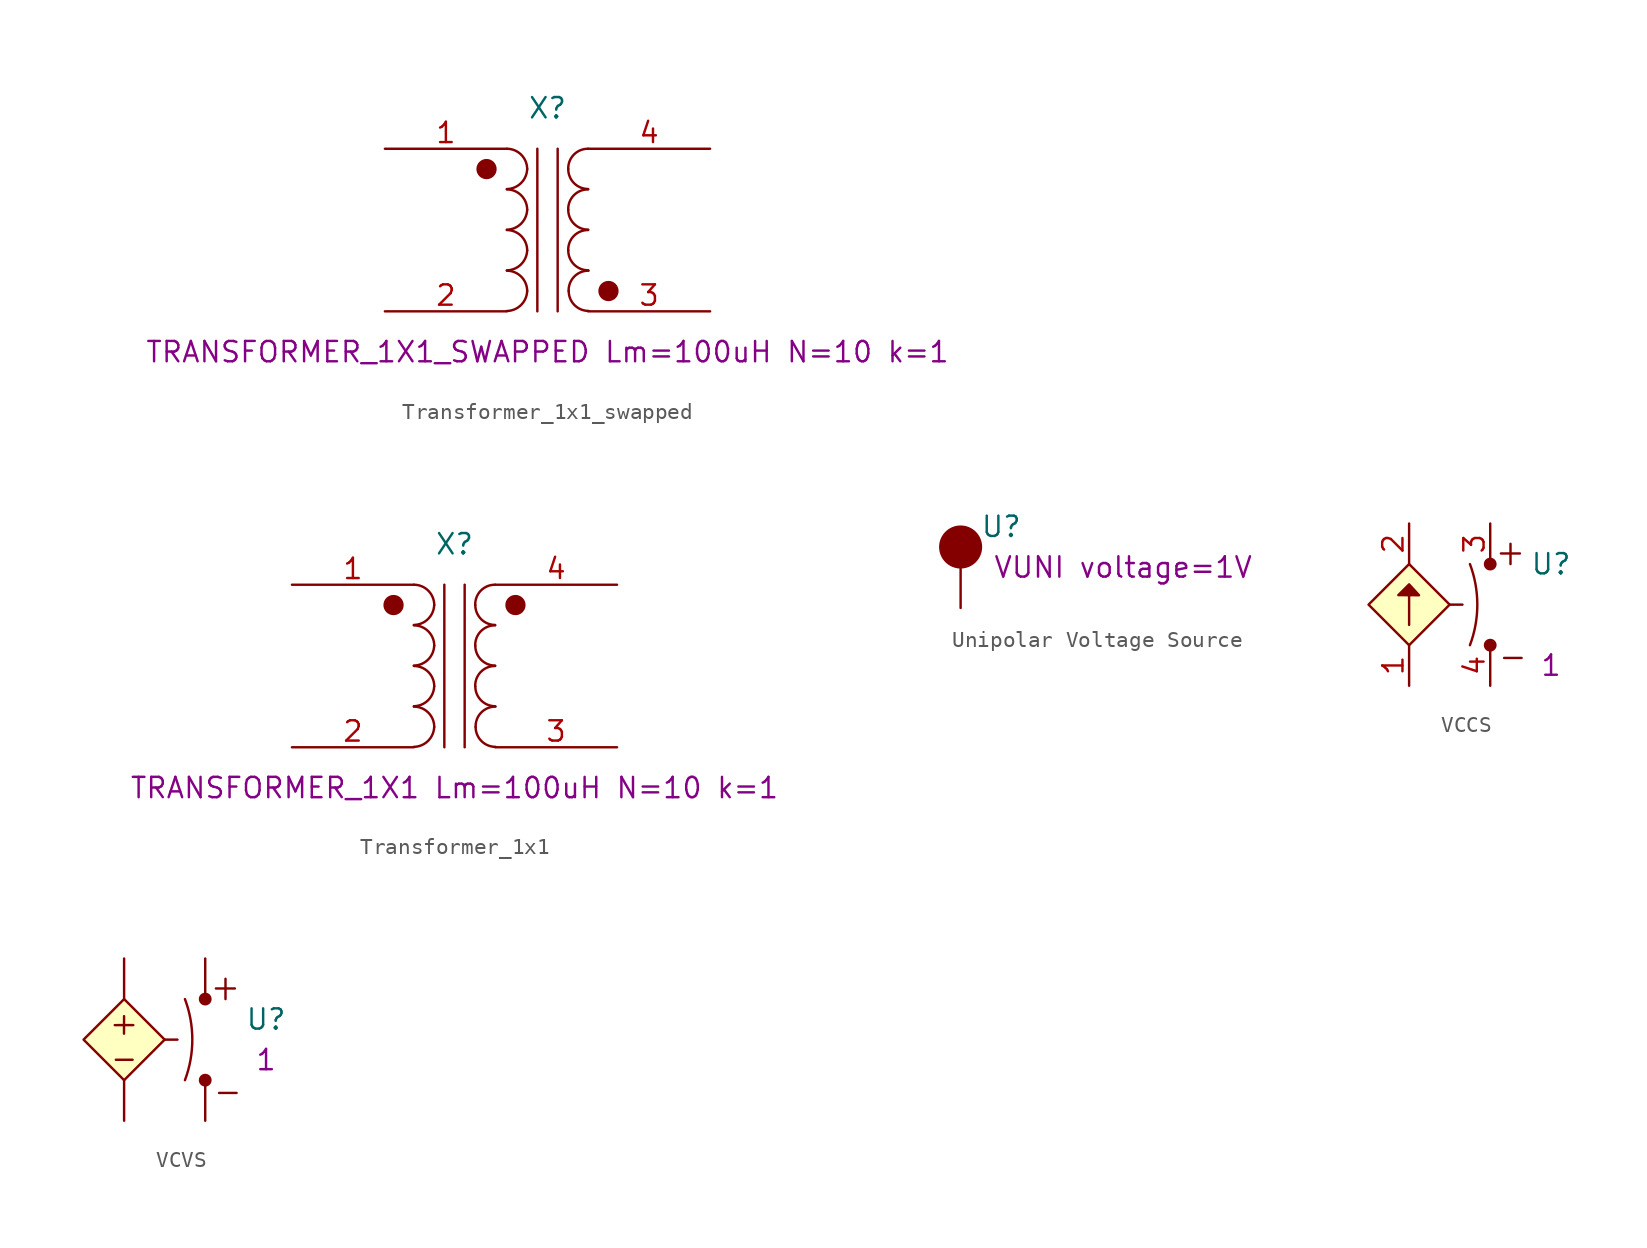
<source format=kicad_sym>
(kicad_symbol_lib
  (version 20211014)
  (generator kicad_symbol_editor)
  (symbol "Transformer_1x1_swapped"
    (property "Reference" "X"
      (at 0 6.35 0)
      (effects (font (size 1.27 1.27))))
    (property "Spice_Model" "TRANSFORMER_1X1_SWAPPED Lm=100uH N=10 k=1"
      (at 0 -8.89 0)
      (effects (font (size 1.27 1.27))))
    (symbol "Transformer_1x1_swapped_0_1"
      (circle (center -3.81 2.54) (radius 0.557) (stroke (width 0) (type default) (color 0 0 0 0)) (fill (type outline)))
      (arc (start -2.54 -6.3246) (mid -1.6561 -5.9563) (end -1.27 -5.08) (stroke (width 0) (type default) (color 0 0 0 0)) (fill (type none)))
      (arc (start -2.54 -3.7846) (mid -1.6561 -3.4163) (end -1.27 -2.54) (stroke (width 0) (type default) (color 0 0 0 0)) (fill (type none)))
      (arc (start -2.54 -1.2446) (mid -1.6561 -0.8763) (end -1.27 0) (stroke (width 0) (type default) (color 0 0 0 0)) (fill (type none)))
      (arc (start -2.54 1.2954) (mid -1.6561 1.6637) (end -1.27 2.54) (stroke (width 0) (type default) (color 0 0 0 0)) (fill (type none)))
      (arc (start -1.27 -5.08) (mid -1.642 -4.182) (end -2.54 -3.81) (stroke (width 0) (type default) (color 0 0 0 0)) (fill (type none)))
      (arc (start -1.27 -2.54) (mid -1.642 -1.642) (end -2.54 -1.27) (stroke (width 0) (type default) (color 0 0 0 0)) (fill (type none)))
      (arc (start -1.27 0) (mid -1.642 0.898) (end -2.54 1.27) (stroke (width 0) (type default) (color 0 0 0 0)) (fill (type none)))
      (arc (start -1.27 2.54) (mid -1.642 3.438) (end -2.54 3.81) (stroke (width 0) (type default) (color 0 0 0 0)) (fill (type none)))
      (polyline (pts (xy -0.635 3.81) (xy -0.635 -6.35)) (stroke (width 0) (type default) (color 0 0 0 0)) (fill (type none)))
      (polyline (pts (xy 0.635 -6.35) (xy 0.635 3.81)) (stroke (width 0) (type default) (color 0 0 0 0)) (fill (type none)))
      (arc (start 1.2954 -2.54) (mid 1.6599 -3.4201) (end 2.54 -3.7846) (stroke (width 0) (type default) (color 0 0 0 0)) (fill (type none)))
      (arc (start 1.2954 0) (mid 1.6599 -0.8801) (end 2.54 -1.2446) (stroke (width 0) (type default) (color 0 0 0 0)) (fill (type none)))
      (arc (start 1.2954 2.54) (mid 1.6599 1.6599) (end 2.54 1.2954) (stroke (width 0) (type default) (color 0 0 0 0)) (fill (type none)))
      (arc (start 1.3208 -5.08) (mid 1.6853 -5.9601) (end 2.5654 -6.3246) (stroke (width 0) (type default) (color 0 0 0 0)) (fill (type none)))
      (arc (start 2.54 -1.27) (mid 1.6456 -1.6383) (end 1.2954 -2.54) (stroke (width 0) (type default) (color 0 0 0 0)) (fill (type none)))
      (arc (start 2.54 1.27) (mid 1.6456 0.9017) (end 1.2954 0) (stroke (width 0) (type default) (color 0 0 0 0)) (fill (type none)))
      (arc (start 2.54 3.81) (mid 1.6456 3.4417) (end 1.2954 2.54) (stroke (width 0) (type default) (color 0 0 0 0)) (fill (type none)))
      (arc (start 2.5654 -3.81) (mid 1.671 -4.1783) (end 1.3208 -5.08) (stroke (width 0) (type default) (color 0 0 0 0)) (fill (type none)))
      (circle (center 3.81 -5.08) (radius 0.557) (stroke (width 0) (type default) (color 0 0 0 0)) (fill (type outline))))
    (symbol "Transformer_1x1_swapped_1_1"
      (pin passive line (at -10.16 3.81 0) (length 7.62) (name "" (effects (font (size 1.27 1.27)))) (number "1" (effects (font (size 1.27 1.27)))))
      (pin passive line (at -10.16 -6.35 0) (length 7.62) (name "" (effects (font (size 1.27 1.27)))) (number "2" (effects (font (size 1.27 1.27)))))
      (pin passive line (at 10.16 -6.35 180) (length 7.62) (name "" (effects (font (size 1.27 1.27)))) (number "3" (effects (font (size 1.27 1.27)))))
      (pin passive line (at 10.16 3.81 180) (length 7.62) (name "" (effects (font (size 1.27 1.27)))) (number "4" (effects (font (size 1.27 1.27)))))))
  (symbol "Transformer_1x1"
    (property "Reference" "X"
      (at 0 6.35 0)
      (effects (font (size 1.27 1.27))))
    (property "Spice_Model" "TRANSFORMER_1X1 Lm=100uH N=10 k=1"
      (at 0 -8.89 0)
      (effects (font (size 1.27 1.27))))
    (symbol "Transformer_1x1_0_1"
      (circle (center -3.81 2.54) (radius 0.557) (stroke (width 0) (type default) (color 0 0 0 0)) (fill (type outline)))
      (arc (start -2.54 -6.3246) (mid -1.6561 -5.9563) (end -1.27 -5.08) (stroke (width 0) (type default) (color 0 0 0 0)) (fill (type none)))
      (arc (start -2.54 -3.7846) (mid -1.6561 -3.4163) (end -1.27 -2.54) (stroke (width 0) (type default) (color 0 0 0 0)) (fill (type none)))
      (arc (start -2.54 -1.2446) (mid -1.6561 -0.8763) (end -1.27 0) (stroke (width 0) (type default) (color 0 0 0 0)) (fill (type none)))
      (arc (start -2.54 1.2954) (mid -1.6561 1.6637) (end -1.27 2.54) (stroke (width 0) (type default) (color 0 0 0 0)) (fill (type none)))
      (arc (start -1.27 -5.08) (mid -1.642 -4.182) (end -2.54 -3.81) (stroke (width 0) (type default) (color 0 0 0 0)) (fill (type none)))
      (arc (start -1.27 -2.54) (mid -1.642 -1.642) (end -2.54 -1.27) (stroke (width 0) (type default) (color 0 0 0 0)) (fill (type none)))
      (arc (start -1.27 0) (mid -1.642 0.898) (end -2.54 1.27) (stroke (width 0) (type default) (color 0 0 0 0)) (fill (type none)))
      (arc (start -1.27 2.54) (mid -1.642 3.438) (end -2.54 3.81) (stroke (width 0) (type default) (color 0 0 0 0)) (fill (type none)))
      (polyline (pts (xy -0.635 3.81) (xy -0.635 -6.35)) (stroke (width 0) (type default) (color 0 0 0 0)) (fill (type none)))
      (polyline (pts (xy 0.635 -6.35) (xy 0.635 3.81)) (stroke (width 0) (type default) (color 0 0 0 0)) (fill (type none)))
      (arc (start 1.2954 -2.54) (mid 1.6599 -3.4201) (end 2.54 -3.7846) (stroke (width 0) (type default) (color 0 0 0 0)) (fill (type none)))
      (arc (start 1.2954 0) (mid 1.6599 -0.8801) (end 2.54 -1.2446) (stroke (width 0) (type default) (color 0 0 0 0)) (fill (type none)))
      (arc (start 1.2954 2.54) (mid 1.6599 1.6599) (end 2.54 1.2954) (stroke (width 0) (type default) (color 0 0 0 0)) (fill (type none)))
      (arc (start 1.3208 -5.08) (mid 1.6853 -5.9601) (end 2.5654 -6.3246) (stroke (width 0) (type default) (color 0 0 0 0)) (fill (type none)))
      (arc (start 2.54 -1.27) (mid 1.6456 -1.6383) (end 1.2954 -2.54) (stroke (width 0) (type default) (color 0 0 0 0)) (fill (type none)))
      (arc (start 2.54 1.27) (mid 1.6456 0.9017) (end 1.2954 0) (stroke (width 0) (type default) (color 0 0 0 0)) (fill (type none)))
      (arc (start 2.54 3.81) (mid 1.6456 3.4417) (end 1.2954 2.54) (stroke (width 0) (type default) (color 0 0 0 0)) (fill (type none)))
      (arc (start 2.5654 -3.81) (mid 1.671 -4.1783) (end 1.3208 -5.08) (stroke (width 0) (type default) (color 0 0 0 0)) (fill (type none)))
      (circle (center 3.81 2.54) (radius 0.557) (stroke (width 0) (type default) (color 0 0 0 0)) (fill (type outline))))
    (symbol "Transformer_1x1_1_1"
      (pin passive line (at -10.16 3.81 0) (length 7.62) (name "" (effects (font (size 1.27 1.27)))) (number "1" (effects (font (size 1.27 1.27)))))
      (pin passive line (at -10.16 -6.35 0) (length 7.62) (name "" (effects (font (size 1.27 1.27)))) (number "2" (effects (font (size 1.27 1.27)))))
      (pin passive line (at 10.16 -6.35 180) (length 7.62) (name "" (effects (font (size 1.27 1.27)))) (number "3" (effects (font (size 1.27 1.27)))))
      (pin passive line (at 10.16 3.81 180) (length 7.62) (name "" (effects (font (size 1.27 1.27)))) (number "4" (effects (font (size 1.27 1.27)))))))
  (symbol "Unipolar Voltage Source"
    (power)
    (pin_numbers hide)
    (property "Reference" "U"
      (at 2.54 5.08 0)
      (effects (font (size 1.27 1.27))))
    (property "Spice_Model" "VUNI voltage=1V"
      (at 10.16 2.54 0)
      (effects (font (size 1.27 1.27))))
    (symbol "Unipolar Voltage Source_0_1"
      (circle (center 0 3.81) (radius 1.27) (stroke (width 0) (type default) (color 0 0 0 0)) (fill (type outline))))
    (symbol "Unipolar Voltage Source_1_1"
      (pin power_out line (at 0 0 90) (length 2.54) (name "" (effects (font (size 1.27 1.27)))) (number "1" (effects (font (size 1.27 1.27)))))))
  (symbol "VCCS"
    (property "Reference" "U"
      (at 8.89 2.54 0)
      (effects (font (size 1.27 1.27))))
    (property "Spice_Model" "1"
      (at 8.89 -3.81 0)
      (effects (font (size 1.27 1.27))))
    (symbol "VCCS_0_1"
      (polyline (pts (xy 2.54 0) (xy 3.341 0)) (stroke (width 0) (type default) (color 0 0 0 0)) (fill (type none)))
      (polyline (pts (xy 6.35 2.54) (xy 6.35 3.81)) (stroke (width 0) (type default) (color 0 0 0 0)) (fill (type none)))
      (polyline (pts (xy 6.938 3.205) (xy 5.751 3.205)) (stroke (width 0) (type default) (color 0 0 0 0)) (fill (type none)))
      (polyline (pts (xy 7.044 -3.339) (xy 5.949 -3.339)) (stroke (width 0) (type default) (color 0 0 0 0)) (fill (type none)))
      (polyline (pts (xy -2.54 0) (xy 0 2.54) (xy 2.54 0) (xy 0 -2.54) (xy -2.54 0)) (stroke (width 0) (type default) (color 0 0 0 0)) (fill (type background)))
      (polyline (pts (xy 0 -1.27) (xy 0 1.27) (xy -0.676 0.596) (xy 0.62 0.588) (xy 0 1.27)) (stroke (width 0) (type default) (color 0 0 0 0)) (fill (type outline)))
      (arc (start 3.81 -2.54) (mid 17.7756 0) (end 3.81 2.54) (stroke (width 0) (type default) (color 0 0 0 0)) (fill (type none)))
      (circle (center 5.08 -2.54) (radius 0.325) (stroke (width 0) (type default) (color 0 0 0 0)) (fill (type outline)))
      (circle (center 5.08 2.54) (radius 0.325) (stroke (width 0) (type default) (color 0 0 0 0)) (fill (type outline))))
    (symbol "VCCS_1_1"
      (pin passive line (at 0 -5.08 90) (length 2.54) (name "" (effects (font (size 1.27 1.27)))) (number "1" (effects (font (size 1.27 1.27)))))
      (pin passive line (at 0 5.08 270) (length 2.54) (name "" (effects (font (size 1.27 1.27)))) (number "2" (effects (font (size 1.27 1.27)))))
      (pin passive line (at 5.08 5.08 270) (length 2.54) (name "" (effects (font (size 0.8 0.8)))) (number "3" (effects (font (size 1.27 1.27)))))
      (pin passive line (at 5.08 -5.08 90) (length 2.54) (name "" (effects (font (size 0.8 0.8)))) (number "4" (effects (font (size 1.27 1.27)))))))
  (symbol "VCVS"
    (pin_numbers hide)
    (property "Reference" "U"
      (at 8.89 1.27 0)
      (effects (font (size 1.27 1.27))))
    (property "Spice_Model" "1"
      (at 8.89 -1.27 0)
      (effects (font (size 1.27 1.27))))
    (symbol "VCVS_0_1"
      (polyline (pts (xy -0.007 0.374) (xy -0.003 1.471)) (stroke (width 0) (type default) (color 0 0 0 0)) (fill (type none)))
      (polyline (pts (xy 0.531 -1.261) (xy -0.517 -1.261)) (stroke (width 0) (type default) (color 0 0 0 0)) (fill (type none)))
      (polyline (pts (xy 0.575 0.91) (xy -0.585 0.909)) (stroke (width 0) (type default) (color 0 0 0 0)) (fill (type none)))
      (polyline (pts (xy 2.54 0) (xy 3.341 0)) (stroke (width 0) (type default) (color 0 0 0 0)) (fill (type none)))
      (polyline (pts (xy 6.35 2.54) (xy 6.35 3.81)) (stroke (width 0) (type default) (color 0 0 0 0)) (fill (type none)))
      (polyline (pts (xy 6.938 3.205) (xy 5.751 3.205)) (stroke (width 0) (type default) (color 0 0 0 0)) (fill (type none)))
      (polyline (pts (xy 7.044 -3.339) (xy 5.949 -3.339)) (stroke (width 0) (type default) (color 0 0 0 0)) (fill (type none)))
      (polyline (pts (xy -2.54 0) (xy 0 2.54) (xy 2.54 0) (xy 0 -2.54) (xy -2.54 0)) (stroke (width 0) (type default) (color 0 0 0 0)) (fill (type background)))
      (arc (start 3.81 -2.54) (mid 17.7756 0) (end 3.81 2.54) (stroke (width 0) (type default) (color 0 0 0 0)) (fill (type none)))
      (circle (center 5.08 -2.54) (radius 0.325) (stroke (width 0) (type default) (color 0 0 0 0)) (fill (type outline)))
      (circle (center 5.08 2.54) (radius 0.325) (stroke (width 0) (type default) (color 0 0 0 0)) (fill (type outline))))
    (symbol "VCVS_1_1"
      (pin passive line (at 0 5.08 270) (length 2.54) (name "" (effects (font (size 1.27 1.27)))) (number "1" (effects (font (size 1.27 1.27)))))
      (pin passive line (at 0 -5.08 90) (length 2.54) (name "" (effects (font (size 1.27 1.27)))) (number "2" (effects (font (size 1.27 1.27)))))
      (pin passive line (at 5.08 5.08 270) (length 2.54) (name "" (effects (font (size 0.8 0.8)))) (number "3" (effects (font (size 1.27 1.27)))))
      (pin passive line (at 5.08 -5.08 90) (length 2.54) (name "" (effects (font (size 0.8 0.8)))) (number "4" (effects (font (size 1.27 1.27))))))))
</source>
